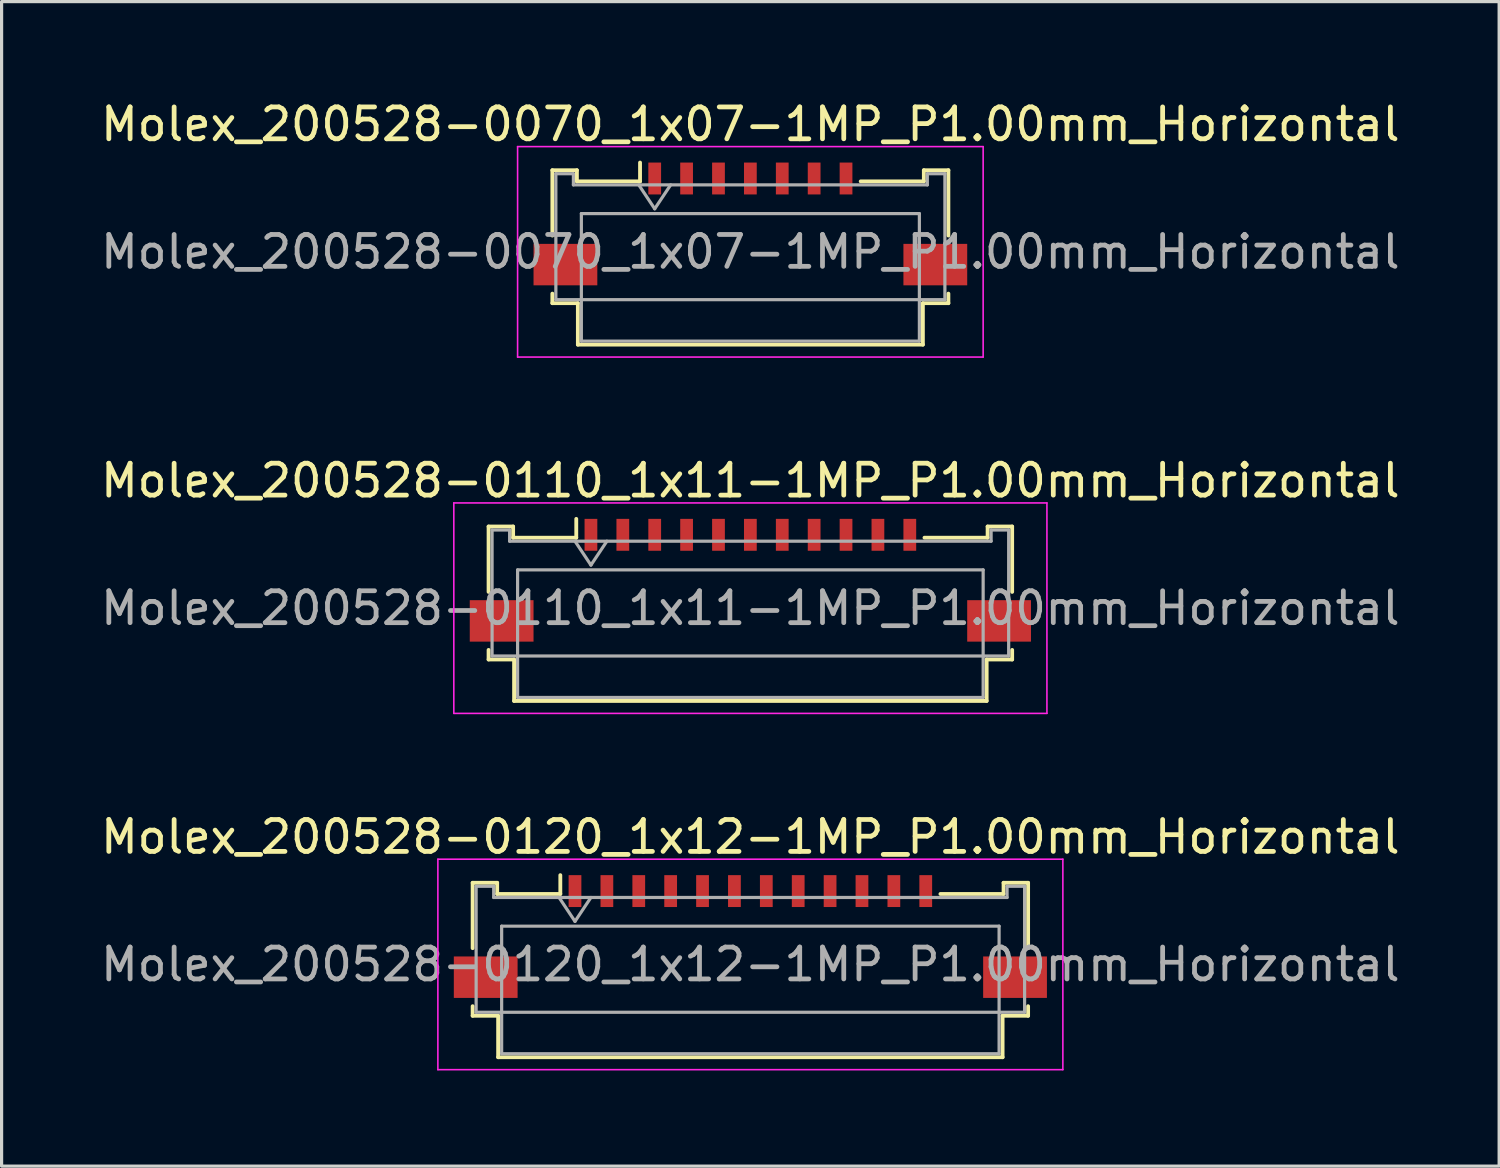
<source format=kicad_pcb>
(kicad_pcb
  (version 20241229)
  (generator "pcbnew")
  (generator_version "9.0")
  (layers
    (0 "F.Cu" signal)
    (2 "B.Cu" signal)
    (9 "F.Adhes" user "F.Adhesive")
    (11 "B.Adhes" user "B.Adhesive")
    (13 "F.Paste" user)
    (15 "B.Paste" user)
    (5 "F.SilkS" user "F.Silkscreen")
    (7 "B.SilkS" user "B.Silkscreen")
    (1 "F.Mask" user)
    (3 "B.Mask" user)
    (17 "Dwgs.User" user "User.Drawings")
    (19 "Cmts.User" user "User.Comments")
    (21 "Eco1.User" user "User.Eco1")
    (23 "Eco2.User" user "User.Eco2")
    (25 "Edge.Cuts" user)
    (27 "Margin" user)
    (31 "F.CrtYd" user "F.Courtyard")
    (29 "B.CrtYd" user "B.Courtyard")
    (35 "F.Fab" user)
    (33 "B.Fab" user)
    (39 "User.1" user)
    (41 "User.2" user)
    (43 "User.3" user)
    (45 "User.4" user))
  (footprint "Molex_200528-0120_1x12-1MP_P1.00mm_Horizontal"
    (layer "F.Cu")
    (at 20.482 25.805)
    (property "Reference" "Molex_200528-0120_1x12-1MP_P1.00mm_Horizontal" (at 0 -2.61 0) (layer "F.SilkS") (effects (font (size 1 1) (thickness 0.15))))
    (attr smd)
    (fp_line (start -8.71 -1.17) (end -8.71 0.88) (stroke (width 0.12) (type solid)) (layer "F.SilkS"))
    (fp_line (start -8.71 2.7) (end -8.71 3) (stroke (width 0.12) (type solid)) (layer "F.SilkS"))
    (fp_line (start -8.71 3) (end -7.91 3) (stroke (width 0.12) (type solid)) (layer "F.SilkS"))
    (fp_line (start -7.94 -1.17) (end -8.71 -1.17) (stroke (width 0.12) (type solid)) (layer "F.SilkS"))
    (fp_line (start -7.94 -0.82) (end -7.94 -1.17) (stroke (width 0.12) (type solid)) (layer "F.SilkS"))
    (fp_line (start -7.91 3) (end -7.91 4.3) (stroke (width 0.12) (type solid)) (layer "F.SilkS"))
    (fp_line (start -7.91 4.3) (end 7.91 4.3) (stroke (width 0.12) (type solid)) (layer "F.SilkS"))
    (fp_line (start -5.96 -1.41) (end -5.96 -0.82) (stroke (width 0.12) (type solid)) (layer "F.SilkS"))
    (fp_line (start -5.96 -0.82) (end -7.94 -0.82) (stroke (width 0.12) (type solid)) (layer "F.SilkS"))
    (fp_line (start 7.91 3) (end 8.71 3) (stroke (width 0.12) (type solid)) (layer "F.SilkS"))
    (fp_line (start 7.91 4.3) (end 7.91 3) (stroke (width 0.12) (type solid)) (layer "F.SilkS"))
    (fp_line (start 7.94 -1.17) (end 7.94 -0.82) (stroke (width 0.12) (type solid)) (layer "F.SilkS"))
    (fp_line (start 7.94 -0.82) (end 5.96 -0.82) (stroke (width 0.12) (type solid)) (layer "F.SilkS"))
    (fp_line (start 8.71 -1.17) (end 7.94 -1.17) (stroke (width 0.12) (type solid)) (layer "F.SilkS"))
    (fp_line (start 8.71 0.88) (end 8.71 -1.17) (stroke (width 0.12) (type solid)) (layer "F.SilkS"))
    (fp_line (start 8.71 3) (end 8.71 2.7) (stroke (width 0.12) (type solid)) (layer "F.SilkS"))
    (fp_line (start -9.8 -1.91) (end -9.8 4.69) (stroke (width 0.05) (type solid)) (layer "F.CrtYd"))
    (fp_line (start -9.8 4.69) (end 9.8 4.69) (stroke (width 0.05) (type solid)) (layer "F.CrtYd"))
    (fp_line (start 9.8 -1.91) (end -9.8 -1.91) (stroke (width 0.05) (type solid)) (layer "F.CrtYd"))
    (fp_line (start 9.8 4.69) (end 9.8 -1.91) (stroke (width 0.05) (type solid)) (layer "F.CrtYd"))
    (fp_line (start -8.6 -1.06) (end -8.6 2.89) (stroke (width 0.1) (type solid)) (layer "F.Fab"))
    (fp_line (start -8.6 2.89) (end 8.6 2.89) (stroke (width 0.1) (type solid)) (layer "F.Fab"))
    (fp_line (start -8.05 -1.06) (end -8.6 -1.06) (stroke (width 0.1) (type solid)) (layer "F.Fab"))
    (fp_line (start -8.05 -0.71) (end -8.05 -1.06) (stroke (width 0.1) (type solid)) (layer "F.Fab"))
    (fp_line (start -7.8 0.19) (end -7.8 4.19) (stroke (width 0.1) (type solid)) (layer "F.Fab"))
    (fp_line (start -7.8 4.19) (end 7.8 4.19) (stroke (width 0.1) (type solid)) (layer "F.Fab"))
    (fp_line (start -6 -0.71) (end -5.5 0.04) (stroke (width 0.1) (type solid)) (layer "F.Fab"))
    (fp_line (start -5.5 0.04) (end -5 -0.71) (stroke (width 0.1) (type solid)) (layer "F.Fab"))
    (fp_line (start 7.8 0.19) (end -7.8 0.19) (stroke (width 0.1) (type solid)) (layer "F.Fab"))
    (fp_line (start 7.8 4.19) (end 7.8 0.19) (stroke (width 0.1) (type solid)) (layer "F.Fab"))
    (fp_line (start 8.05 -1.06) (end 8.05 -0.71) (stroke (width 0.1) (type solid)) (layer "F.Fab"))
    (fp_line (start 8.05 -0.71) (end -8.05 -0.71) (stroke (width 0.1) (type solid)) (layer "F.Fab"))
    (fp_line (start 8.6 -1.06) (end 8.05 -1.06) (stroke (width 0.1) (type solid)) (layer "F.Fab"))
    (fp_line (start 8.6 2.89) (end 8.6 -1.06) (stroke (width 0.1) (type solid)) (layer "F.Fab"))
    (fp_text user "${REFERENCE}" (at 0 1.39 0) (layer "F.Fab") (effects (font (size 1 1) (thickness 0.15))))
    (pad "1" smd rect (at -5.5 -0.91) (size 0.4 1) (layers "F.Cu" "F.Mask" "F.Paste"))
    (pad "2" smd rect (at -4.5 -0.91) (size 0.4 1) (layers "F.Cu" "F.Mask" "F.Paste"))
    (pad "3" smd rect (at -3.5 -0.91) (size 0.4 1) (layers "F.Cu" "F.Mask" "F.Paste"))
    (pad "4" smd rect (at -2.5 -0.91) (size 0.4 1) (layers "F.Cu" "F.Mask" "F.Paste"))
    (pad "5" smd rect (at -1.5 -0.91) (size 0.4 1) (layers "F.Cu" "F.Mask" "F.Paste"))
    (pad "6" smd rect (at -0.5 -0.91) (size 0.4 1) (layers "F.Cu" "F.Mask" "F.Paste"))
    (pad "7" smd rect (at 0.5 -0.91) (size 0.4 1) (layers "F.Cu" "F.Mask" "F.Paste"))
    (pad "8" smd rect (at 1.5 -0.91) (size 0.4 1) (layers "F.Cu" "F.Mask" "F.Paste"))
    (pad "9" smd rect (at 2.5 -0.91) (size 0.4 1) (layers "F.Cu" "F.Mask" "F.Paste"))
    (pad "10" smd rect (at 3.5 -0.91) (size 0.4 1) (layers "F.Cu" "F.Mask" "F.Paste"))
    (pad "11" smd rect (at 4.5 -0.91) (size 0.4 1) (layers "F.Cu" "F.Mask" "F.Paste"))
    (pad "12" smd rect (at 5.5 -0.91) (size 0.4 1) (layers "F.Cu" "F.Mask" "F.Paste"))
    (pad "MP" smd rect (at -8.3 1.79) (size 2 1.3) (layers "F.Cu" "F.Mask" "F.Paste"))
    (pad "MP" smd rect (at 8.3 1.79) (size 2 1.3) (layers "F.Cu" "F.Mask" "F.Paste")))
  (footprint "Molex_200528-0070_1x07-1MP_P1.00mm_Horizontal"
    (layer "F.Cu")
    (at 20.482 3.458)
    (property "Reference" "Molex_200528-0070_1x07-1MP_P1.00mm_Horizontal" (at 0 -2.61 0) (layer "F.SilkS") (effects (font (size 1 1) (thickness 0.15))))
    (attr smd)
    (fp_line (start -6.21 -1.17) (end -6.21 0.88) (stroke (width 0.12) (type solid)) (layer "F.SilkS"))
    (fp_line (start -6.21 2.7) (end -6.21 3) (stroke (width 0.12) (type solid)) (layer "F.SilkS"))
    (fp_line (start -6.21 3) (end -5.41 3) (stroke (width 0.12) (type solid)) (layer "F.SilkS"))
    (fp_line (start -5.44 -1.17) (end -6.21 -1.17) (stroke (width 0.12) (type solid)) (layer "F.SilkS"))
    (fp_line (start -5.44 -0.82) (end -5.44 -1.17) (stroke (width 0.12) (type solid)) (layer "F.SilkS"))
    (fp_line (start -5.41 3) (end -5.41 4.3) (stroke (width 0.12) (type solid)) (layer "F.SilkS"))
    (fp_line (start -5.41 4.3) (end 5.41 4.3) (stroke (width 0.12) (type solid)) (layer "F.SilkS"))
    (fp_line (start -3.46 -1.41) (end -3.46 -0.82) (stroke (width 0.12) (type solid)) (layer "F.SilkS"))
    (fp_line (start -3.46 -0.82) (end -5.44 -0.82) (stroke (width 0.12) (type solid)) (layer "F.SilkS"))
    (fp_line (start 5.41 3) (end 6.21 3) (stroke (width 0.12) (type solid)) (layer "F.SilkS"))
    (fp_line (start 5.41 4.3) (end 5.41 3) (stroke (width 0.12) (type solid)) (layer "F.SilkS"))
    (fp_line (start 5.44 -1.17) (end 5.44 -0.82) (stroke (width 0.12) (type solid)) (layer "F.SilkS"))
    (fp_line (start 5.44 -0.82) (end 3.46 -0.82) (stroke (width 0.12) (type solid)) (layer "F.SilkS"))
    (fp_line (start 6.21 -1.17) (end 5.44 -1.17) (stroke (width 0.12) (type solid)) (layer "F.SilkS"))
    (fp_line (start 6.21 0.88) (end 6.21 -1.17) (stroke (width 0.12) (type solid)) (layer "F.SilkS"))
    (fp_line (start 6.21 3) (end 6.21 2.7) (stroke (width 0.12) (type solid)) (layer "F.SilkS"))
    (fp_line (start -7.3 -1.91) (end -7.3 4.69) (stroke (width 0.05) (type solid)) (layer "F.CrtYd"))
    (fp_line (start -7.3 4.69) (end 7.3 4.69) (stroke (width 0.05) (type solid)) (layer "F.CrtYd"))
    (fp_line (start 7.3 -1.91) (end -7.3 -1.91) (stroke (width 0.05) (type solid)) (layer "F.CrtYd"))
    (fp_line (start 7.3 4.69) (end 7.3 -1.91) (stroke (width 0.05) (type solid)) (layer "F.CrtYd"))
    (fp_line (start -6.1 -1.06) (end -6.1 2.89) (stroke (width 0.1) (type solid)) (layer "F.Fab"))
    (fp_line (start -6.1 2.89) (end 6.1 2.89) (stroke (width 0.1) (type solid)) (layer "F.Fab"))
    (fp_line (start -5.55 -1.06) (end -6.1 -1.06) (stroke (width 0.1) (type solid)) (layer "F.Fab"))
    (fp_line (start -5.55 -0.71) (end -5.55 -1.06) (stroke (width 0.1) (type solid)) (layer "F.Fab"))
    (fp_line (start -5.3 0.19) (end -5.3 4.19) (stroke (width 0.1) (type solid)) (layer "F.Fab"))
    (fp_line (start -5.3 4.19) (end 5.3 4.19) (stroke (width 0.1) (type solid)) (layer "F.Fab"))
    (fp_line (start -3.5 -0.71) (end -3 0.04) (stroke (width 0.1) (type solid)) (layer "F.Fab"))
    (fp_line (start -3 0.04) (end -2.5 -0.71) (stroke (width 0.1) (type solid)) (layer "F.Fab"))
    (fp_line (start 5.3 0.19) (end -5.3 0.19) (stroke (width 0.1) (type solid)) (layer "F.Fab"))
    (fp_line (start 5.3 4.19) (end 5.3 0.19) (stroke (width 0.1) (type solid)) (layer "F.Fab"))
    (fp_line (start 5.55 -1.06) (end 5.55 -0.71) (stroke (width 0.1) (type solid)) (layer "F.Fab"))
    (fp_line (start 5.55 -0.71) (end -5.55 -0.71) (stroke (width 0.1) (type solid)) (layer "F.Fab"))
    (fp_line (start 6.1 -1.06) (end 5.55 -1.06) (stroke (width 0.1) (type solid)) (layer "F.Fab"))
    (fp_line (start 6.1 2.89) (end 6.1 -1.06) (stroke (width 0.1) (type solid)) (layer "F.Fab"))
    (fp_text user "${REFERENCE}" (at 0 1.39 0) (layer "F.Fab") (effects (font (size 1 1) (thickness 0.15))))
    (pad "1" smd rect (at -3 -0.91) (size 0.4 1) (layers "F.Cu" "F.Mask" "F.Paste"))
    (pad "2" smd rect (at -2 -0.91) (size 0.4 1) (layers "F.Cu" "F.Mask" "F.Paste"))
    (pad "3" smd rect (at -1 -0.91) (size 0.4 1) (layers "F.Cu" "F.Mask" "F.Paste"))
    (pad "4" smd rect (at 0 -0.91) (size 0.4 1) (layers "F.Cu" "F.Mask" "F.Paste"))
    (pad "5" smd rect (at 1 -0.91) (size 0.4 1) (layers "F.Cu" "F.Mask" "F.Paste"))
    (pad "6" smd rect (at 2 -0.91) (size 0.4 1) (layers "F.Cu" "F.Mask" "F.Paste"))
    (pad "7" smd rect (at 3 -0.91) (size 0.4 1) (layers "F.Cu" "F.Mask" "F.Paste"))
    (pad "MP" smd rect (at -5.8 1.79) (size 2 1.3) (layers "F.Cu" "F.Mask" "F.Paste"))
    (pad "MP" smd rect (at 5.8 1.79) (size 2 1.3) (layers "F.Cu" "F.Mask" "F.Paste")))
  (footprint "Molex_200528-0110_1x11-1MP_P1.00mm_Horizontal"
    (layer "F.Cu")
    (at 20.482 14.632)
    (property "Reference" "Molex_200528-0110_1x11-1MP_P1.00mm_Horizontal" (at 0 -2.61 0) (layer "F.SilkS") (effects (font (size 1 1) (thickness 0.15))))
    (attr smd)
    (fp_line (start -8.21 -1.17) (end -8.21 0.88) (stroke (width 0.12) (type solid)) (layer "F.SilkS"))
    (fp_line (start -8.21 2.7) (end -8.21 3) (stroke (width 0.12) (type solid)) (layer "F.SilkS"))
    (fp_line (start -8.21 3) (end -7.41 3) (stroke (width 0.12) (type solid)) (layer "F.SilkS"))
    (fp_line (start -7.44 -1.17) (end -8.21 -1.17) (stroke (width 0.12) (type solid)) (layer "F.SilkS"))
    (fp_line (start -7.44 -0.82) (end -7.44 -1.17) (stroke (width 0.12) (type solid)) (layer "F.SilkS"))
    (fp_line (start -7.41 3) (end -7.41 4.3) (stroke (width 0.12) (type solid)) (layer "F.SilkS"))
    (fp_line (start -7.41 4.3) (end 7.41 4.3) (stroke (width 0.12) (type solid)) (layer "F.SilkS"))
    (fp_line (start -5.46 -1.41) (end -5.46 -0.82) (stroke (width 0.12) (type solid)) (layer "F.SilkS"))
    (fp_line (start -5.46 -0.82) (end -7.44 -0.82) (stroke (width 0.12) (type solid)) (layer "F.SilkS"))
    (fp_line (start 7.41 3) (end 8.21 3) (stroke (width 0.12) (type solid)) (layer "F.SilkS"))
    (fp_line (start 7.41 4.3) (end 7.41 3) (stroke (width 0.12) (type solid)) (layer "F.SilkS"))
    (fp_line (start 7.44 -1.17) (end 7.44 -0.82) (stroke (width 0.12) (type solid)) (layer "F.SilkS"))
    (fp_line (start 7.44 -0.82) (end 5.46 -0.82) (stroke (width 0.12) (type solid)) (layer "F.SilkS"))
    (fp_line (start 8.21 -1.17) (end 7.44 -1.17) (stroke (width 0.12) (type solid)) (layer "F.SilkS"))
    (fp_line (start 8.21 0.88) (end 8.21 -1.17) (stroke (width 0.12) (type solid)) (layer "F.SilkS"))
    (fp_line (start 8.21 3) (end 8.21 2.7) (stroke (width 0.12) (type solid)) (layer "F.SilkS"))
    (fp_line (start -9.3 -1.91) (end -9.3 4.69) (stroke (width 0.05) (type solid)) (layer "F.CrtYd"))
    (fp_line (start -9.3 4.69) (end 9.3 4.69) (stroke (width 0.05) (type solid)) (layer "F.CrtYd"))
    (fp_line (start 9.3 -1.91) (end -9.3 -1.91) (stroke (width 0.05) (type solid)) (layer "F.CrtYd"))
    (fp_line (start 9.3 4.69) (end 9.3 -1.91) (stroke (width 0.05) (type solid)) (layer "F.CrtYd"))
    (fp_line (start -8.1 -1.06) (end -8.1 2.89) (stroke (width 0.1) (type solid)) (layer "F.Fab"))
    (fp_line (start -8.1 2.89) (end 8.1 2.89) (stroke (width 0.1) (type solid)) (layer "F.Fab"))
    (fp_line (start -7.55 -1.06) (end -8.1 -1.06) (stroke (width 0.1) (type solid)) (layer "F.Fab"))
    (fp_line (start -7.55 -0.71) (end -7.55 -1.06) (stroke (width 0.1) (type solid)) (layer "F.Fab"))
    (fp_line (start -7.3 0.19) (end -7.3 4.19) (stroke (width 0.1) (type solid)) (layer "F.Fab"))
    (fp_line (start -7.3 4.19) (end 7.3 4.19) (stroke (width 0.1) (type solid)) (layer "F.Fab"))
    (fp_line (start -5.5 -0.71) (end -5 0.04) (stroke (width 0.1) (type solid)) (layer "F.Fab"))
    (fp_line (start -5 0.04) (end -4.5 -0.71) (stroke (width 0.1) (type solid)) (layer "F.Fab"))
    (fp_line (start 7.3 0.19) (end -7.3 0.19) (stroke (width 0.1) (type solid)) (layer "F.Fab"))
    (fp_line (start 7.3 4.19) (end 7.3 0.19) (stroke (width 0.1) (type solid)) (layer "F.Fab"))
    (fp_line (start 7.55 -1.06) (end 7.55 -0.71) (stroke (width 0.1) (type solid)) (layer "F.Fab"))
    (fp_line (start 7.55 -0.71) (end -7.55 -0.71) (stroke (width 0.1) (type solid)) (layer "F.Fab"))
    (fp_line (start 8.1 -1.06) (end 7.55 -1.06) (stroke (width 0.1) (type solid)) (layer "F.Fab"))
    (fp_line (start 8.1 2.89) (end 8.1 -1.06) (stroke (width 0.1) (type solid)) (layer "F.Fab"))
    (fp_text user "${REFERENCE}" (at 0 1.39 0) (layer "F.Fab") (effects (font (size 1 1) (thickness 0.15))))
    (pad "1" smd rect (at -5 -0.91) (size 0.4 1) (layers "F.Cu" "F.Mask" "F.Paste"))
    (pad "2" smd rect (at -4 -0.91) (size 0.4 1) (layers "F.Cu" "F.Mask" "F.Paste"))
    (pad "3" smd rect (at -3 -0.91) (size 0.4 1) (layers "F.Cu" "F.Mask" "F.Paste"))
    (pad "4" smd rect (at -2 -0.91) (size 0.4 1) (layers "F.Cu" "F.Mask" "F.Paste"))
    (pad "5" smd rect (at -1 -0.91) (size 0.4 1) (layers "F.Cu" "F.Mask" "F.Paste"))
    (pad "6" smd rect (at 0 -0.91) (size 0.4 1) (layers "F.Cu" "F.Mask" "F.Paste"))
    (pad "7" smd rect (at 1 -0.91) (size 0.4 1) (layers "F.Cu" "F.Mask" "F.Paste"))
    (pad "8" smd rect (at 2 -0.91) (size 0.4 1) (layers "F.Cu" "F.Mask" "F.Paste"))
    (pad "9" smd rect (at 3 -0.91) (size 0.4 1) (layers "F.Cu" "F.Mask" "F.Paste"))
    (pad "10" smd rect (at 4 -0.91) (size 0.4 1) (layers "F.Cu" "F.Mask" "F.Paste"))
    (pad "11" smd rect (at 5 -0.91) (size 0.4 1) (layers "F.Cu" "F.Mask" "F.Paste"))
    (pad "MP" smd rect (at -7.8 1.79) (size 2 1.3) (layers "F.Cu" "F.Mask" "F.Paste"))
    (pad "MP" smd rect (at 7.8 1.79) (size 2 1.3) (layers "F.Cu" "F.Mask" "F.Paste")))
  (gr_rect
    (start -3 -3)
    (end 43.964 33.52)
    (stroke (width 0.1) (type default))
    (fill no)
    (layer "Edge.Cuts")))
</source>
